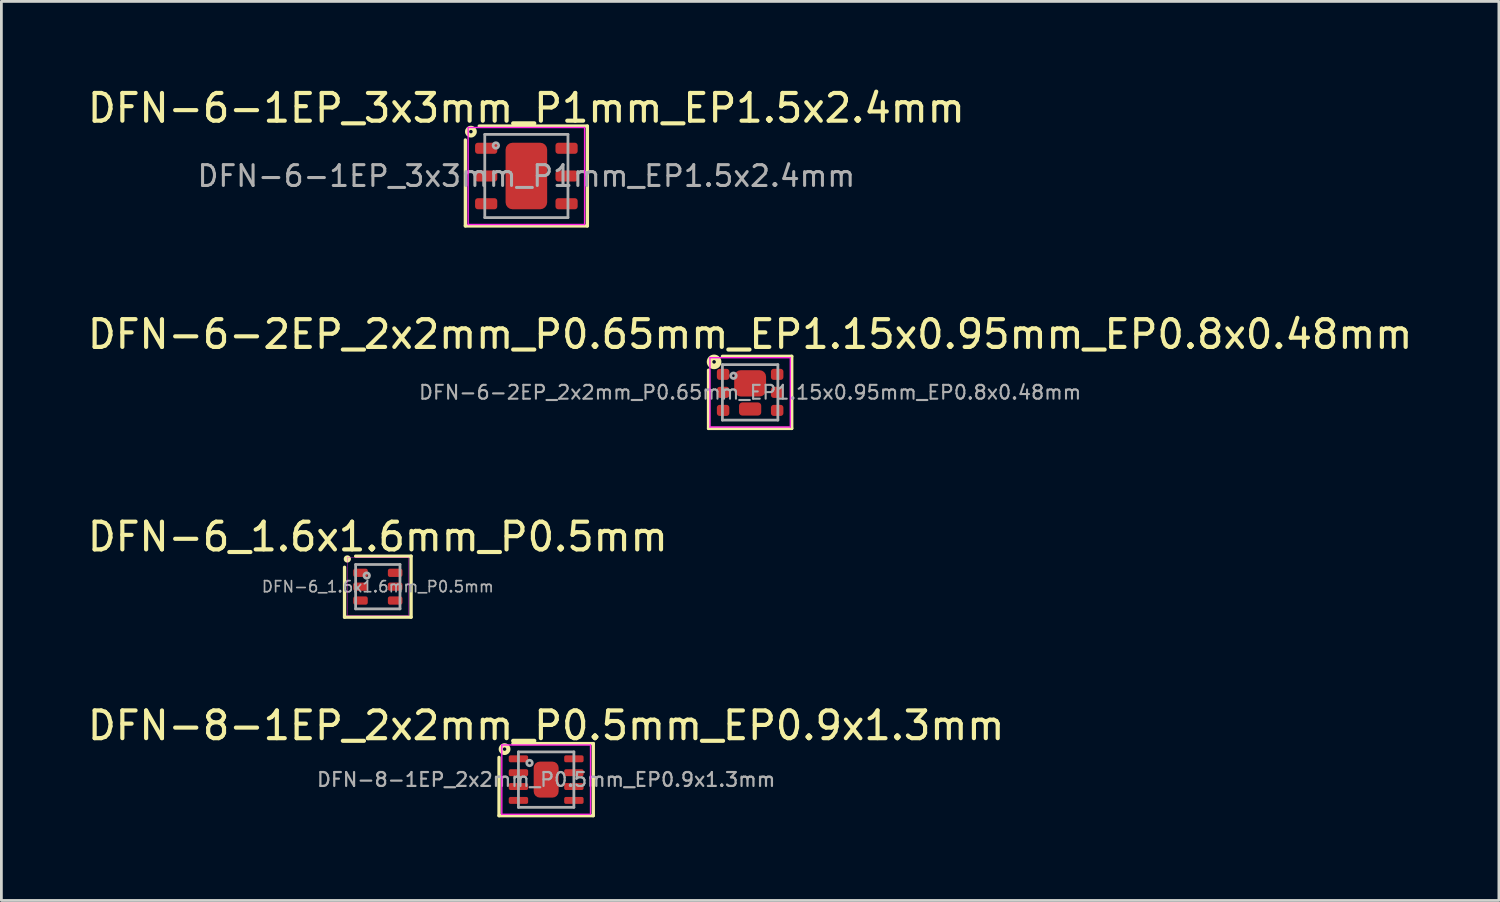
<source format=kicad_pcb>
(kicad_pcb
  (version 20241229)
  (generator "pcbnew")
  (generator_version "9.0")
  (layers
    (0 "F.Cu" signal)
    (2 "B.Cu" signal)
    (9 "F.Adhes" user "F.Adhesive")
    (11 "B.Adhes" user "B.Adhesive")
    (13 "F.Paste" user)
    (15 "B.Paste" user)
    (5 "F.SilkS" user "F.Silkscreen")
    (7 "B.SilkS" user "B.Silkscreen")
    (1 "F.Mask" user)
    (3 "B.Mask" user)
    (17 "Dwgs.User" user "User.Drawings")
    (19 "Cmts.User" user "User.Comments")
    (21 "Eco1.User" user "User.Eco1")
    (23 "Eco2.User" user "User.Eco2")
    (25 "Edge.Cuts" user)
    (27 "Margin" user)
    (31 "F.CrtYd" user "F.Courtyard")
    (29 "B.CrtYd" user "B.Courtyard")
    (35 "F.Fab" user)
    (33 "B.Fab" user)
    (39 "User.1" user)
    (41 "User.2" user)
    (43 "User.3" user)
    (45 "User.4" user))
  (footprint "DFN-6-2EP_2x2mm_P0.65mm_EP1.15x0.95mm_EP0.8x0.48mm"
    (layer "F.Cu")
    (at 24.006 11.102)
    (property "Reference" "DFN-6-2EP_2x2mm_P0.65mm_EP1.15x0.95mm_EP0.8x0.48mm" (at 0 -2.095 0) (layer "F.SilkS") (effects (font (size 1 1) (thickness 0.15))))
    (attr smd)
    (fp_line (start -1.5 1.3) (end -1.5 -0.8) (stroke (width 0.12) (type solid)) (layer "F.SilkS"))
    (fp_line (start -1 -1.3) (end 1.5 -1.3) (stroke (width 0.12) (type solid)) (layer "F.SilkS"))
    (fp_line (start 1.5 -1.3) (end 1.5 1.3) (stroke (width 0.12) (type solid)) (layer "F.SilkS"))
    (fp_line (start 1.5 1.3) (end -1.5 1.3) (stroke (width 0.12) (type solid)) (layer "F.SilkS"))
    (fp_circle (center -1.3 -1.1) (end -1.236 -1.1) (stroke (width 0.2) (type solid)) (fill no) (layer "F.SilkS"))
    (fp_line (start -1.45 -1.25) (end -1.45 1.25) (stroke (width 0.05) (type solid)) (layer "F.CrtYd"))
    (fp_line (start -1.45 -1.25) (end 1.45 -1.25) (stroke (width 0.05) (type solid)) (layer "F.CrtYd"))
    (fp_line (start -1.45 1.25) (end 1.45 1.25) (stroke (width 0.05) (type solid)) (layer "F.CrtYd"))
    (fp_line (start 1.45 -1.25) (end 1.45 1.25) (stroke (width 0.05) (type solid)) (layer "F.CrtYd"))
    (fp_line (start -1 -1) (end -1 1) (stroke (width 0.1) (type solid)) (layer "F.Fab"))
    (fp_line (start -1 -1) (end 1 -1) (stroke (width 0.1) (type solid)) (layer "F.Fab"))
    (fp_line (start -1 1) (end 1 1) (stroke (width 0.1) (type solid)) (layer "F.Fab"))
    (fp_line (start 1 -1) (end 1 1) (stroke (width 0.1) (type solid)) (layer "F.Fab"))
    (fp_circle (center -0.6 -0.6) (end -0.5 -0.6) (stroke (width 0.1) (type solid)) (fill no) (layer "F.Fab"))
    (fp_text user "${REFERENCE}" (at 0 0 0) (layer "F.Fab") (effects (font (size 0.5 0.5) (thickness 0.075))))
    (pad "" smd roundrect (at 0 -0.325) (size 0.9 0.86) (layers "F.Paste") (roundrect_rratio 0.25))
    (pad "1" smd roundrect (at -0.975 -0.65) (size 0.45 0.4) (layers "F.Cu" "F.Mask" "F.Paste") (roundrect_rratio 0.25))
    (pad "2" smd roundrect (at -0.975 0) (size 0.45 0.4) (layers "F.Cu" "F.Mask" "F.Paste") (roundrect_rratio 0.25))
    (pad "3" smd roundrect (at -0.975 0.65) (size 0.45 0.4) (layers "F.Cu" "F.Mask" "F.Paste") (roundrect_rratio 0.25))
    (pad "4" smd roundrect (at 0.975 0.65) (size 0.45 0.4) (layers "F.Cu" "F.Mask" "F.Paste") (roundrect_rratio 0.25))
    (pad "5" smd roundrect (at 0.975 0) (size 0.45 0.4) (layers "F.Cu" "F.Mask" "F.Paste") (roundrect_rratio 0.25))
    (pad "6" smd roundrect (at 0.975 -0.65) (size 0.45 0.4) (layers "F.Cu" "F.Mask" "F.Paste") (roundrect_rratio 0.25))
    (pad "7" smd roundrect (at 0 0.6) (size 0.8 0.475) (layers "F.Cu" "F.Mask" "F.Paste") (roundrect_rratio 0.25))
    (pad "8" smd roundrect (at 0 -0.325) (size 1.15 0.95) (layers "F.Cu" "F.Mask") (roundrect_rratio 0.25)))
  (footprint "DFN-6_1.6x1.6mm_P0.5mm"
    (layer "F.Cu")
    (at 10.577 18.11)
    (property "Reference" "DFN-6_1.6x1.6mm_P0.5mm" (at 0 -1.8 0) (layer "F.SilkS") (effects (font (size 1 1) (thickness 0.15))))
    (attr smd)
    (fp_line (start -1.2 1.1) (end -1.2 -0.7) (stroke (width 0.12) (type solid)) (layer "F.SilkS"))
    (fp_line (start -1.2 1.1) (end 1.2 1.1) (stroke (width 0.12) (type solid)) (layer "F.SilkS"))
    (fp_line (start 1.2 -1.1) (end -0.8 -1.1) (stroke (width 0.12) (type solid)) (layer "F.SilkS"))
    (fp_line (start 1.2 1.1) (end 1.2 -1.1) (stroke (width 0.12) (type solid)) (layer "F.SilkS"))
    (fp_circle (center -1.1 -1) (end -1.029 -1) (stroke (width 0.12) (type solid)) (fill yes) (layer "F.SilkS"))
    (fp_line (start -1.1 -1.05) (end -1.1 1.05) (stroke (width 0.013) (type solid)) (layer "F.CrtYd"))
    (fp_line (start -1.1 1.05) (end 1.1 1.05) (stroke (width 0.013) (type solid)) (layer "F.CrtYd"))
    (fp_line (start 1.1 -1.05) (end -1.1 -1.05) (stroke (width 0.013) (type solid)) (layer "F.CrtYd"))
    (fp_line (start 1.1 1.05) (end 1.1 -1.05) (stroke (width 0.013) (type solid)) (layer "F.CrtYd"))
    (fp_line (start -0.8 -0.8) (end 0.8 -0.8) (stroke (width 0.1) (type solid)) (layer "F.Fab"))
    (fp_line (start -0.8 0.8) (end -0.8 -0.8) (stroke (width 0.1) (type solid)) (layer "F.Fab"))
    (fp_line (start 0.8 -0.8) (end 0.8 0.8) (stroke (width 0.1) (type solid)) (layer "F.Fab"))
    (fp_line (start 0.8 0.8) (end -0.8 0.8) (stroke (width 0.1) (type solid)) (layer "F.Fab"))
    (fp_circle (center -0.4 -0.4) (end -0.3 -0.4) (stroke (width 0.1) (type solid)) (fill no) (layer "F.Fab"))
    (fp_text user "${REFERENCE}" (at 0 0 0) (layer "F.Fab") (effects (font (size 0.4 0.4) (thickness 0.06))))
    (pad "1" smd roundrect (at -0.625 -0.5) (size 0.525 0.3) (layers "F.Cu" "F.Mask" "F.Paste") (roundrect_rratio 0.25))
    (pad "2" smd roundrect (at -0.625 0) (size 0.525 0.3) (layers "F.Cu" "F.Mask" "F.Paste") (roundrect_rratio 0.25))
    (pad "3" smd roundrect (at -0.625 0.5) (size 0.525 0.3) (layers "F.Cu" "F.Mask" "F.Paste") (roundrect_rratio 0.25))
    (pad "4" smd roundrect (at 0.625 0.5) (size 0.525 0.3) (layers "F.Cu" "F.Mask" "F.Paste") (roundrect_rratio 0.25))
    (pad "5" smd roundrect (at 0.625 0) (size 0.525 0.3) (layers "F.Cu" "F.Mask" "F.Paste") (roundrect_rratio 0.25))
    (pad "6" smd roundrect (at 0.625 -0.5) (size 0.525 0.3) (layers "F.Cu" "F.Mask" "F.Paste") (roundrect_rratio 0.25)))
  (footprint "DFN-8-1EP_2x2mm_P0.5mm_EP0.9x1.3mm"
    (layer "F.Cu")
    (at 16.649 25.069)
    (property "Reference" "DFN-8-1EP_2x2mm_P0.5mm_EP0.9x1.3mm" (at 0 -1.95 0) (layer "F.SilkS") (effects (font (size 1 1) (thickness 0.15))))
    (attr smd)
    (fp_line (start -1.7 1.3) (end -1.7 -0.8) (stroke (width 0.12) (type solid)) (layer "F.SilkS"))
    (fp_line (start -1.2 -1.3) (end 1.7 -1.3) (stroke (width 0.12) (type solid)) (layer "F.SilkS"))
    (fp_line (start 1.7 -1.3) (end 1.7 1.3) (stroke (width 0.12) (type solid)) (layer "F.SilkS"))
    (fp_line (start 1.7 1.3) (end -1.7 1.3) (stroke (width 0.12) (type solid)) (layer "F.SilkS"))
    (fp_circle (center -1.5 -1.1) (end -1.437 -1.1) (stroke (width 0.15) (type solid)) (fill no) (layer "F.SilkS"))
    (fp_line (start -1.6 -1.25) (end -1.6 1.25) (stroke (width 0.05) (type solid)) (layer "F.CrtYd"))
    (fp_line (start -1.6 1.25) (end 1.6 1.25) (stroke (width 0.05) (type solid)) (layer "F.CrtYd"))
    (fp_line (start 1.6 -1.25) (end -1.6 -1.25) (stroke (width 0.05) (type solid)) (layer "F.CrtYd"))
    (fp_line (start 1.6 1.25) (end 1.6 -1.25) (stroke (width 0.05) (type solid)) (layer "F.CrtYd"))
    (fp_line (start -1 -1) (end 1 -1) (stroke (width 0.1) (type solid)) (layer "F.Fab"))
    (fp_line (start -1 1) (end -1 -1) (stroke (width 0.1) (type solid)) (layer "F.Fab"))
    (fp_line (start 1 -1) (end 1 1) (stroke (width 0.1) (type solid)) (layer "F.Fab"))
    (fp_line (start 1 1) (end -1 1) (stroke (width 0.1) (type solid)) (layer "F.Fab"))
    (fp_circle (center -0.6 -0.6) (end -0.5 -0.6) (stroke (width 0.1) (type solid)) (fill no) (layer "F.Fab"))
    (fp_text user "${REFERENCE}" (at 0 0 0) (layer "F.Fab") (effects (font (size 0.5 0.5) (thickness 0.08))))
    (pad "" smd roundrect (at -0.225 -0.325) (size 0.36 0.52) (layers "F.Paste") (roundrect_rratio 0.25))
    (pad "" smd roundrect (at -0.225 0.325) (size 0.36 0.52) (layers "F.Paste") (roundrect_rratio 0.25))
    (pad "" smd roundrect (at 0.225 -0.325) (size 0.36 0.52) (layers "F.Paste") (roundrect_rratio 0.25))
    (pad "" smd roundrect (at 0.225 0.325) (size 0.36 0.52) (layers "F.Paste") (roundrect_rratio 0.25))
    (pad "1" smd roundrect (at -1 -0.75) (size 0.7 0.25) (layers "F.Cu" "F.Mask" "F.Paste") (roundrect_rratio 0.25))
    (pad "2" smd roundrect (at -1 -0.25) (size 0.7 0.25) (layers "F.Cu" "F.Mask" "F.Paste") (roundrect_rratio 0.25))
    (pad "3" smd roundrect (at -1 0.25) (size 0.7 0.25) (layers "F.Cu" "F.Mask" "F.Paste") (roundrect_rratio 0.25))
    (pad "4" smd roundrect (at -1 0.75) (size 0.7 0.25) (layers "F.Cu" "F.Mask" "F.Paste") (roundrect_rratio 0.25))
    (pad "5" smd roundrect (at 1 0.75) (size 0.7 0.25) (layers "F.Cu" "F.Mask" "F.Paste") (roundrect_rratio 0.25))
    (pad "6" smd roundrect (at 1 0.25) (size 0.7 0.25) (layers "F.Cu" "F.Mask" "F.Paste") (roundrect_rratio 0.25))
    (pad "7" smd roundrect (at 1 -0.25) (size 0.7 0.25) (layers "F.Cu" "F.Mask" "F.Paste") (roundrect_rratio 0.25))
    (pad "8" smd roundrect (at 1 -0.75) (size 0.7 0.25) (layers "F.Cu" "F.Mask" "F.Paste") (roundrect_rratio 0.25))
    (pad "9" smd roundrect (at 0 0) (size 0.9 1.3) (layers "F.Cu" "F.Mask") (roundrect_rratio 0.25)))
  (footprint "DFN-6-1EP_3x3mm_P1mm_EP1.5x2.4mm"
    (layer "F.Cu")
    (at 15.935 3.298)
    (property "Reference" "DFN-6-1EP_3x3mm_P1mm_EP1.5x2.4mm" (at 0 -2.45 0) (layer "F.SilkS") (effects (font (size 1 1) (thickness 0.15))))
    (attr smd)
    (fp_line (start -2.2 1.8) (end -2.2 -1.3) (stroke (width 0.12) (type solid)) (layer "F.SilkS"))
    (fp_line (start -1.7 -1.8) (end 2.2 -1.8) (stroke (width 0.12) (type solid)) (layer "F.SilkS"))
    (fp_line (start 2.2 -1.8) (end 2.2 1.8) (stroke (width 0.12) (type solid)) (layer "F.SilkS"))
    (fp_line (start 2.2 1.8) (end -2.2 1.8) (stroke (width 0.12) (type solid)) (layer "F.SilkS"))
    (fp_circle (center -2 -1.6) (end -1.937 -1.6) (stroke (width 0.15) (type solid)) (fill no) (layer "F.SilkS"))
    (fp_line (start -2.1 -1.75) (end -2.1 1.75) (stroke (width 0.05) (type solid)) (layer "F.CrtYd"))
    (fp_line (start -2.1 1.75) (end 2.1 1.75) (stroke (width 0.05) (type solid)) (layer "F.CrtYd"))
    (fp_line (start 2.1 -1.75) (end -2.1 -1.75) (stroke (width 0.05) (type solid)) (layer "F.CrtYd"))
    (fp_line (start 2.1 1.75) (end 2.1 -1.75) (stroke (width 0.05) (type solid)) (layer "F.CrtYd"))
    (fp_line (start -1.5 -1.5) (end 1.5 -1.5) (stroke (width 0.1) (type solid)) (layer "F.Fab"))
    (fp_line (start -1.5 1.5) (end -1.5 -1.5) (stroke (width 0.1) (type solid)) (layer "F.Fab"))
    (fp_line (start 1.5 -1.5) (end 1.5 1.5) (stroke (width 0.1) (type solid)) (layer "F.Fab"))
    (fp_line (start 1.5 1.5) (end -1.5 1.5) (stroke (width 0.1) (type solid)) (layer "F.Fab"))
    (fp_circle (center -1.1 -1.1) (end -1 -1.1) (stroke (width 0.1) (type solid)) (fill no) (layer "F.Fab"))
    (fp_text user "${REFERENCE}" (at 0 0 0) (layer "F.Fab") (effects (font (size 0.75 0.75) (thickness 0.11))))
    (pad "" smd roundrect (at -0.375 -0.6) (size 0.6 0.97) (layers "F.Paste") (roundrect_rratio 0.25))
    (pad "" smd roundrect (at -0.375 0.6) (size 0.6 0.97) (layers "F.Paste") (roundrect_rratio 0.25))
    (pad "" smd roundrect (at 0.375 -0.6) (size 0.6 0.97) (layers "F.Paste") (roundrect_rratio 0.25))
    (pad "" smd roundrect (at 0.375 0.6) (size 0.6 0.97) (layers "F.Paste") (roundrect_rratio 0.25))
    (pad "1" smd roundrect (at -1.45 -1) (size 0.8 0.4) (layers "F.Cu" "F.Mask" "F.Paste") (roundrect_rratio 0.25))
    (pad "2" smd roundrect (at -1.45 0) (size 0.8 0.4) (layers "F.Cu" "F.Mask" "F.Paste") (roundrect_rratio 0.25))
    (pad "3" smd roundrect (at -1.45 1) (size 0.8 0.4) (layers "F.Cu" "F.Mask" "F.Paste") (roundrect_rratio 0.25))
    (pad "4" smd roundrect (at 1.45 1) (size 0.8 0.4) (layers "F.Cu" "F.Mask" "F.Paste") (roundrect_rratio 0.25))
    (pad "5" smd roundrect (at 1.45 0) (size 0.8 0.4) (layers "F.Cu" "F.Mask" "F.Paste") (roundrect_rratio 0.25))
    (pad "6" smd roundrect (at 1.45 -1) (size 0.8 0.4) (layers "F.Cu" "F.Mask" "F.Paste") (roundrect_rratio 0.25))
    (pad "7" smd roundrect (at 0 0) (size 1.5 2.4) (layers "F.Cu" "F.Mask") (roundrect_rratio 0.167)))
  (gr_rect
    (start -3 -3)
    (end 51.012 29.428)
    (stroke (width 0.1) (type default))
    (fill no)
    (layer "Edge.Cuts")))
</source>
